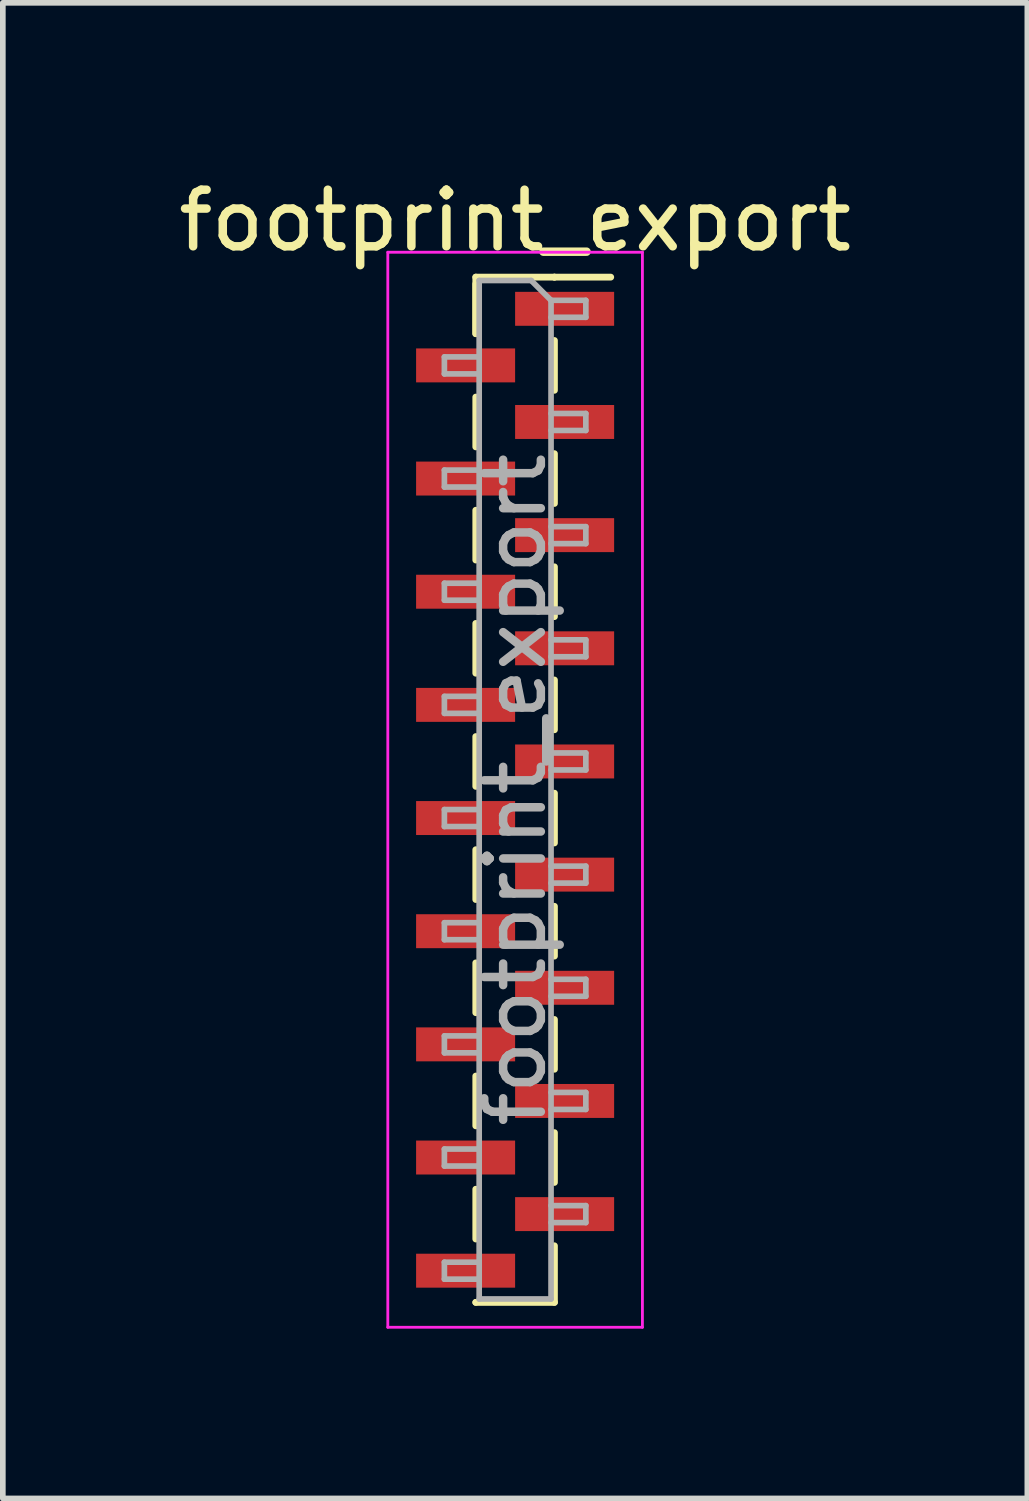
<source format=kicad_pcb>
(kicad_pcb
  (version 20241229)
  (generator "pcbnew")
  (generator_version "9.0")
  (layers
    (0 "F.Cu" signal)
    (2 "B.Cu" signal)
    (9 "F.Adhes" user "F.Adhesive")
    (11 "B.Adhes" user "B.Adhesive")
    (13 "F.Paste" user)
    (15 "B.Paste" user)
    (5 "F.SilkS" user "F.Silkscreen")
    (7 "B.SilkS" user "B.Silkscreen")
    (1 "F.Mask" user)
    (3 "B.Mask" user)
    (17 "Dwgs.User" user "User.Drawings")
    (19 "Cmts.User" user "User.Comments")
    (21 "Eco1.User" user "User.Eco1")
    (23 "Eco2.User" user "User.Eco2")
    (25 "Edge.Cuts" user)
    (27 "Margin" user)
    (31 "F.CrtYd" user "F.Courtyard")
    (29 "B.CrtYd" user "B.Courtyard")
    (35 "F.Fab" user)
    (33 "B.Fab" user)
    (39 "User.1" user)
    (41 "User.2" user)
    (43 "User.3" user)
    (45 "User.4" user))
  (footprint "footprint_export"
    (layer "F.Cu")
    (at 6.054 10.908)
    (property "Reference" "footprint_export" (at 0 -10.06 0) (layer "F.SilkS") (effects (font (size 1 1) (thickness 0.15))))
    (attr smd)
    (fp_line (start -0.695 -9.06) (end -0.695 -8.06) (stroke (width 0.12) (type solid)) (layer "F.SilkS"))
    (fp_line (start -0.695 -9.06) (end 0.695 -9.06) (stroke (width 0.12) (type solid)) (layer "F.SilkS"))
    (fp_line (start -0.695 -8.94) (end -0.695 -8.06) (stroke (width 0.12) (type solid)) (layer "F.SilkS"))
    (fp_line (start -0.695 -6.94) (end -0.695 -6.06) (stroke (width 0.12) (type solid)) (layer "F.SilkS"))
    (fp_line (start -0.695 -4.94) (end -0.695 -4.06) (stroke (width 0.12) (type solid)) (layer "F.SilkS"))
    (fp_line (start -0.695 -2.94) (end -0.695 -2.06) (stroke (width 0.12) (type solid)) (layer "F.SilkS"))
    (fp_line (start -0.695 -0.94) (end -0.695 -0.06) (stroke (width 0.12) (type solid)) (layer "F.SilkS"))
    (fp_line (start -0.695 1.06) (end -0.695 1.94) (stroke (width 0.12) (type solid)) (layer "F.SilkS"))
    (fp_line (start -0.695 3.06) (end -0.695 3.94) (stroke (width 0.12) (type solid)) (layer "F.SilkS"))
    (fp_line (start -0.695 5.06) (end -0.695 5.94) (stroke (width 0.12) (type solid)) (layer "F.SilkS"))
    (fp_line (start -0.695 7.06) (end -0.695 7.94) (stroke (width 0.12) (type solid)) (layer "F.SilkS"))
    (fp_line (start -0.695 9.06) (end -0.695 9.06) (stroke (width 0.12) (type solid)) (layer "F.SilkS"))
    (fp_line (start -0.695 9.06) (end 0.695 9.06) (stroke (width 0.12) (type solid)) (layer "F.SilkS"))
    (fp_line (start 0.695 -9.06) (end 0.695 -9.06) (stroke (width 0.12) (type solid)) (layer "F.SilkS"))
    (fp_line (start 0.695 -9.06) (end 1.69 -9.06) (stroke (width 0.12) (type solid)) (layer "F.SilkS"))
    (fp_line (start 0.695 -7.94) (end 0.695 -7.06) (stroke (width 0.12) (type solid)) (layer "F.SilkS"))
    (fp_line (start 0.695 -5.94) (end 0.695 -5.06) (stroke (width 0.12) (type solid)) (layer "F.SilkS"))
    (fp_line (start 0.695 -3.94) (end 0.695 -3.06) (stroke (width 0.12) (type solid)) (layer "F.SilkS"))
    (fp_line (start 0.695 -1.94) (end 0.695 -1.06) (stroke (width 0.12) (type solid)) (layer "F.SilkS"))
    (fp_line (start 0.695 0.06) (end 0.695 0.94) (stroke (width 0.12) (type solid)) (layer "F.SilkS"))
    (fp_line (start 0.695 2.06) (end 0.695 2.94) (stroke (width 0.12) (type solid)) (layer "F.SilkS"))
    (fp_line (start 0.695 4.06) (end 0.695 4.94) (stroke (width 0.12) (type solid)) (layer "F.SilkS"))
    (fp_line (start 0.695 6.06) (end 0.695 6.94) (stroke (width 0.12) (type solid)) (layer "F.SilkS"))
    (fp_line (start 0.695 8.06) (end 0.695 9.06) (stroke (width 0.12) (type solid)) (layer "F.SilkS"))
    (fp_line (start -2.25 -9.5) (end -2.25 9.5) (stroke (width 0.05) (type solid)) (layer "F.CrtYd"))
    (fp_line (start -2.25 9.5) (end 2.25 9.5) (stroke (width 0.05) (type solid)) (layer "F.CrtYd"))
    (fp_line (start 2.25 -9.5) (end -2.25 -9.5) (stroke (width 0.05) (type solid)) (layer "F.CrtYd"))
    (fp_line (start 2.25 9.5) (end 2.25 -9.5) (stroke (width 0.05) (type solid)) (layer "F.CrtYd"))
    (fp_line (start -1.25 -7.65) (end -1.25 -7.35) (stroke (width 0.1) (type solid)) (layer "F.Fab"))
    (fp_line (start -1.25 -7.35) (end -0.635 -7.35) (stroke (width 0.1) (type solid)) (layer "F.Fab"))
    (fp_line (start -1.25 -5.65) (end -1.25 -5.35) (stroke (width 0.1) (type solid)) (layer "F.Fab"))
    (fp_line (start -1.25 -5.35) (end -0.635 -5.35) (stroke (width 0.1) (type solid)) (layer "F.Fab"))
    (fp_line (start -1.25 -3.65) (end -1.25 -3.35) (stroke (width 0.1) (type solid)) (layer "F.Fab"))
    (fp_line (start -1.25 -3.35) (end -0.635 -3.35) (stroke (width 0.1) (type solid)) (layer "F.Fab"))
    (fp_line (start -1.25 -1.65) (end -1.25 -1.35) (stroke (width 0.1) (type solid)) (layer "F.Fab"))
    (fp_line (start -1.25 -1.35) (end -0.635 -1.35) (stroke (width 0.1) (type solid)) (layer "F.Fab"))
    (fp_line (start -1.25 0.35) (end -1.25 0.65) (stroke (width 0.1) (type solid)) (layer "F.Fab"))
    (fp_line (start -1.25 0.65) (end -0.635 0.65) (stroke (width 0.1) (type solid)) (layer "F.Fab"))
    (fp_line (start -1.25 2.35) (end -1.25 2.65) (stroke (width 0.1) (type solid)) (layer "F.Fab"))
    (fp_line (start -1.25 2.65) (end -0.635 2.65) (stroke (width 0.1) (type solid)) (layer "F.Fab"))
    (fp_line (start -1.25 4.35) (end -1.25 4.65) (stroke (width 0.1) (type solid)) (layer "F.Fab"))
    (fp_line (start -1.25 4.65) (end -0.635 4.65) (stroke (width 0.1) (type solid)) (layer "F.Fab"))
    (fp_line (start -1.25 6.35) (end -1.25 6.65) (stroke (width 0.1) (type solid)) (layer "F.Fab"))
    (fp_line (start -1.25 6.65) (end -0.635 6.65) (stroke (width 0.1) (type solid)) (layer "F.Fab"))
    (fp_line (start -1.25 8.35) (end -1.25 8.65) (stroke (width 0.1) (type solid)) (layer "F.Fab"))
    (fp_line (start -1.25 8.65) (end -0.635 8.65) (stroke (width 0.1) (type solid)) (layer "F.Fab"))
    (fp_line (start -0.635 -9) (end -0.635 9) (stroke (width 0.1) (type solid)) (layer "F.Fab"))
    (fp_line (start -0.635 -9) (end 0.285 -9) (stroke (width 0.1) (type solid)) (layer "F.Fab"))
    (fp_line (start -0.635 -7.65) (end -1.25 -7.65) (stroke (width 0.1) (type solid)) (layer "F.Fab"))
    (fp_line (start -0.635 -5.65) (end -1.25 -5.65) (stroke (width 0.1) (type solid)) (layer "F.Fab"))
    (fp_line (start -0.635 -3.65) (end -1.25 -3.65) (stroke (width 0.1) (type solid)) (layer "F.Fab"))
    (fp_line (start -0.635 -1.65) (end -1.25 -1.65) (stroke (width 0.1) (type solid)) (layer "F.Fab"))
    (fp_line (start -0.635 0.35) (end -1.25 0.35) (stroke (width 0.1) (type solid)) (layer "F.Fab"))
    (fp_line (start -0.635 2.35) (end -1.25 2.35) (stroke (width 0.1) (type solid)) (layer "F.Fab"))
    (fp_line (start -0.635 4.35) (end -1.25 4.35) (stroke (width 0.1) (type solid)) (layer "F.Fab"))
    (fp_line (start -0.635 6.35) (end -1.25 6.35) (stroke (width 0.1) (type solid)) (layer "F.Fab"))
    (fp_line (start -0.635 8.35) (end -1.25 8.35) (stroke (width 0.1) (type solid)) (layer "F.Fab"))
    (fp_line (start 0.635 -8.65) (end 0.285 -9) (stroke (width 0.1) (type solid)) (layer "F.Fab"))
    (fp_line (start 0.635 -8.65) (end 1.25 -8.65) (stroke (width 0.1) (type solid)) (layer "F.Fab"))
    (fp_line (start 0.635 -6.65) (end 1.25 -6.65) (stroke (width 0.1) (type solid)) (layer "F.Fab"))
    (fp_line (start 0.635 -4.65) (end 1.25 -4.65) (stroke (width 0.1) (type solid)) (layer "F.Fab"))
    (fp_line (start 0.635 -2.65) (end 1.25 -2.65) (stroke (width 0.1) (type solid)) (layer "F.Fab"))
    (fp_line (start 0.635 -0.65) (end 1.25 -0.65) (stroke (width 0.1) (type solid)) (layer "F.Fab"))
    (fp_line (start 0.635 1.35) (end 1.25 1.35) (stroke (width 0.1) (type solid)) (layer "F.Fab"))
    (fp_line (start 0.635 3.35) (end 1.25 3.35) (stroke (width 0.1) (type solid)) (layer "F.Fab"))
    (fp_line (start 0.635 5.35) (end 1.25 5.35) (stroke (width 0.1) (type solid)) (layer "F.Fab"))
    (fp_line (start 0.635 7.35) (end 1.25 7.35) (stroke (width 0.1) (type solid)) (layer "F.Fab"))
    (fp_line (start 0.635 9) (end -0.635 9) (stroke (width 0.1) (type solid)) (layer "F.Fab"))
    (fp_line (start 0.635 9) (end 0.635 -8.65) (stroke (width 0.1) (type solid)) (layer "F.Fab"))
    (fp_line (start 1.25 -8.65) (end 1.25 -8.35) (stroke (width 0.1) (type solid)) (layer "F.Fab"))
    (fp_line (start 1.25 -8.35) (end 0.635 -8.35) (stroke (width 0.1) (type solid)) (layer "F.Fab"))
    (fp_line (start 1.25 -6.65) (end 1.25 -6.35) (stroke (width 0.1) (type solid)) (layer "F.Fab"))
    (fp_line (start 1.25 -6.35) (end 0.635 -6.35) (stroke (width 0.1) (type solid)) (layer "F.Fab"))
    (fp_line (start 1.25 -4.65) (end 1.25 -4.35) (stroke (width 0.1) (type solid)) (layer "F.Fab"))
    (fp_line (start 1.25 -4.35) (end 0.635 -4.35) (stroke (width 0.1) (type solid)) (layer "F.Fab"))
    (fp_line (start 1.25 -2.65) (end 1.25 -2.35) (stroke (width 0.1) (type solid)) (layer "F.Fab"))
    (fp_line (start 1.25 -2.35) (end 0.635 -2.35) (stroke (width 0.1) (type solid)) (layer "F.Fab"))
    (fp_line (start 1.25 -0.65) (end 1.25 -0.35) (stroke (width 0.1) (type solid)) (layer "F.Fab"))
    (fp_line (start 1.25 -0.35) (end 0.635 -0.35) (stroke (width 0.1) (type solid)) (layer "F.Fab"))
    (fp_line (start 1.25 1.35) (end 1.25 1.65) (stroke (width 0.1) (type solid)) (layer "F.Fab"))
    (fp_line (start 1.25 1.65) (end 0.635 1.65) (stroke (width 0.1) (type solid)) (layer "F.Fab"))
    (fp_line (start 1.25 3.35) (end 1.25 3.65) (stroke (width 0.1) (type solid)) (layer "F.Fab"))
    (fp_line (start 1.25 3.65) (end 0.635 3.65) (stroke (width 0.1) (type solid)) (layer "F.Fab"))
    (fp_line (start 1.25 5.35) (end 1.25 5.65) (stroke (width 0.1) (type solid)) (layer "F.Fab"))
    (fp_line (start 1.25 5.65) (end 0.635 5.65) (stroke (width 0.1) (type solid)) (layer "F.Fab"))
    (fp_line (start 1.25 7.35) (end 1.25 7.65) (stroke (width 0.1) (type solid)) (layer "F.Fab"))
    (fp_line (start 1.25 7.65) (end 0.635 7.65) (stroke (width 0.1) (type solid)) (layer "F.Fab"))
    (fp_text user "${REFERENCE}" (at 0 0 90) (layer "F.Fab") (effects (font (size 1 1) (thickness 0.15))))
    (pad "1" smd rect (at 0.875 -8.5) (size 1.75 0.6) (layers "F.Cu" "F.Mask" "F.Paste"))
    (pad "2" smd rect (at -0.875 -7.5) (size 1.75 0.6) (layers "F.Cu" "F.Mask" "F.Paste"))
    (pad "3" smd rect (at 0.875 -6.5) (size 1.75 0.6) (layers "F.Cu" "F.Mask" "F.Paste"))
    (pad "4" smd rect (at -0.875 -5.5) (size 1.75 0.6) (layers "F.Cu" "F.Mask" "F.Paste"))
    (pad "5" smd rect (at 0.875 -4.5) (size 1.75 0.6) (layers "F.Cu" "F.Mask" "F.Paste"))
    (pad "6" smd rect (at -0.875 -3.5) (size 1.75 0.6) (layers "F.Cu" "F.Mask" "F.Paste"))
    (pad "7" smd rect (at 0.875 -2.5) (size 1.75 0.6) (layers "F.Cu" "F.Mask" "F.Paste"))
    (pad "8" smd rect (at -0.875 -1.5) (size 1.75 0.6) (layers "F.Cu" "F.Mask" "F.Paste"))
    (pad "9" smd rect (at 0.875 -0.5) (size 1.75 0.6) (layers "F.Cu" "F.Mask" "F.Paste"))
    (pad "10" smd rect (at -0.875 0.5) (size 1.75 0.6) (layers "F.Cu" "F.Mask" "F.Paste"))
    (pad "11" smd rect (at 0.875 1.5) (size 1.75 0.6) (layers "F.Cu" "F.Mask" "F.Paste"))
    (pad "12" smd rect (at -0.875 2.5) (size 1.75 0.6) (layers "F.Cu" "F.Mask" "F.Paste"))
    (pad "13" smd rect (at 0.875 3.5) (size 1.75 0.6) (layers "F.Cu" "F.Mask" "F.Paste"))
    (pad "14" smd rect (at -0.875 4.5) (size 1.75 0.6) (layers "F.Cu" "F.Mask" "F.Paste"))
    (pad "15" smd rect (at 0.875 5.5) (size 1.75 0.6) (layers "F.Cu" "F.Mask" "F.Paste"))
    (pad "16" smd rect (at -0.875 6.5) (size 1.75 0.6) (layers "F.Cu" "F.Mask" "F.Paste"))
    (pad "17" smd rect (at 0.875 7.5) (size 1.75 0.6) (layers "F.Cu" "F.Mask" "F.Paste"))
    (pad "18" smd rect (at -0.875 8.5) (size 1.75 0.6) (layers "F.Cu" "F.Mask" "F.Paste")))
  (gr_rect
    (start -3 -3)
    (end 15.107 23.433)
    (stroke (width 0.1) (type default))
    (fill no)
    (layer "Edge.Cuts")))
</source>
